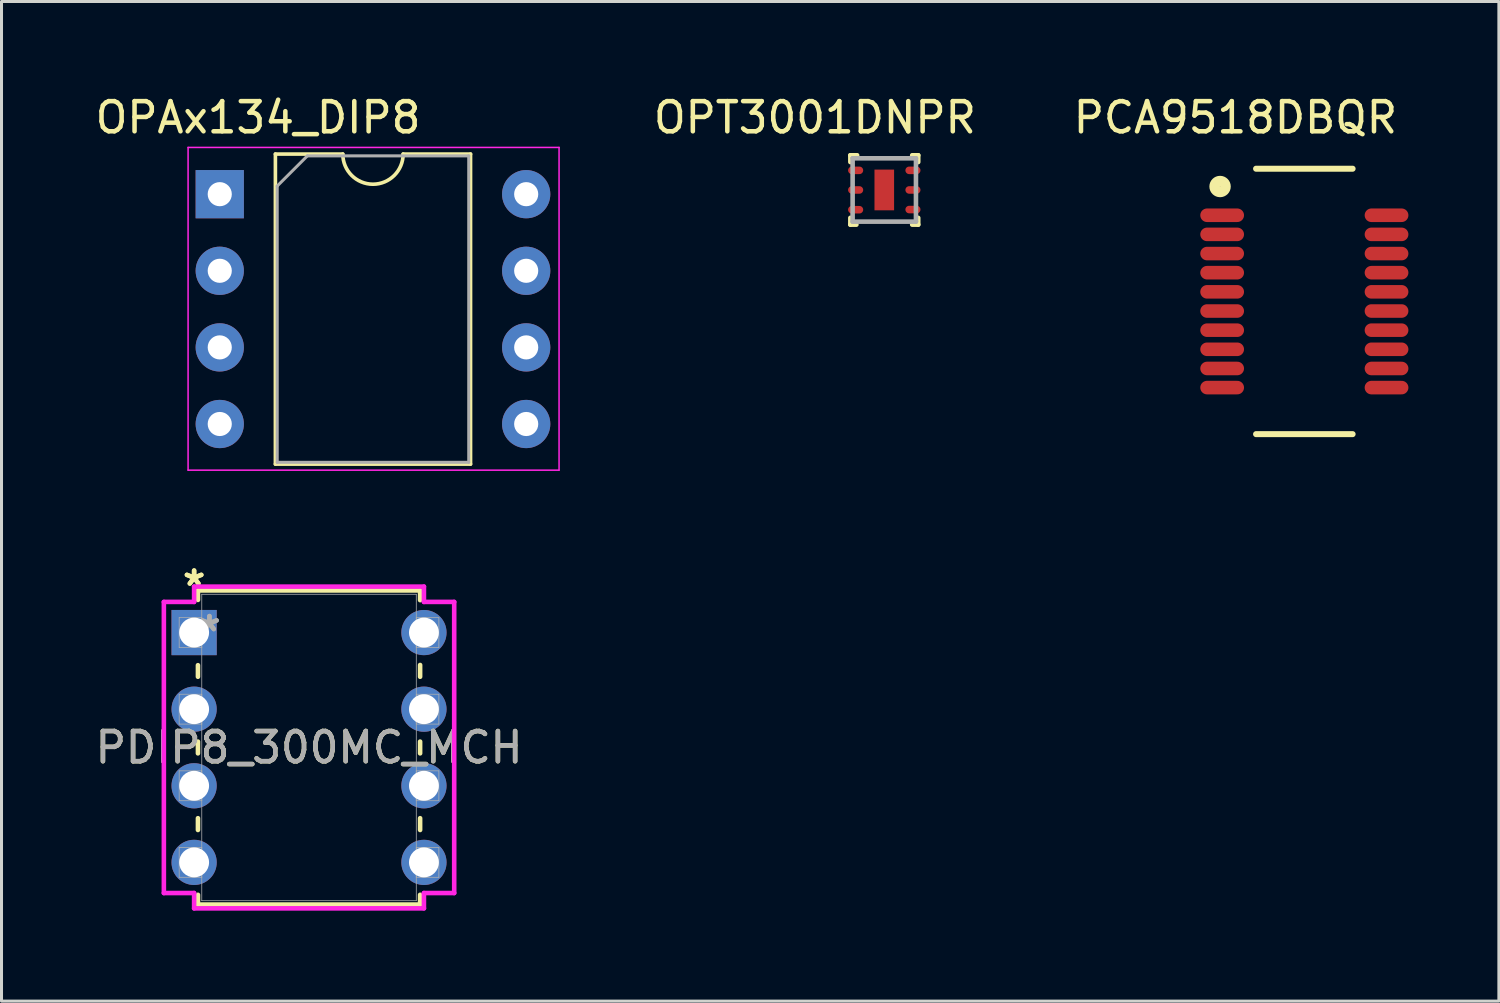
<source format=kicad_pcb>
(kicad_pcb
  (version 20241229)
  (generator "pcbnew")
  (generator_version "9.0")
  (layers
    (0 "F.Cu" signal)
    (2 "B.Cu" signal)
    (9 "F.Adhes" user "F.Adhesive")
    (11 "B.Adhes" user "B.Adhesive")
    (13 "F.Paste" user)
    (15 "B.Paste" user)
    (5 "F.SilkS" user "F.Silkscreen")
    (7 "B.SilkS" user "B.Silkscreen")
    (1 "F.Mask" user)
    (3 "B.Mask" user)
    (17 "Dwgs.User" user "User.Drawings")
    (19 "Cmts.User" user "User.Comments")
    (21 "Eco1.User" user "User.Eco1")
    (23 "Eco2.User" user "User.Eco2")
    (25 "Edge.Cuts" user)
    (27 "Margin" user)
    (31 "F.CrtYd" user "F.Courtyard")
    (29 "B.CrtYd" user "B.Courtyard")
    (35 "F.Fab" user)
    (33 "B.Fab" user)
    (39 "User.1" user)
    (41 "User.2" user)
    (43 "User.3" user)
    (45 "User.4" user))
  (footprint "PDIP8_300MC_MCH"
    (layer "F.Cu")
    (at 3.386 17.923)
    (property "Reference" "PDIP8_300MC_MCH" (at 3.81 3.81 0) (unlocked yes) (layer "F.SilkS") (effects (font (size 1 1) (thickness 0.15))))
    (attr through_hole)
    (fp_line (start 0.127 -1.397) (end 0.127 -1.082) (stroke (width 0.152) (type solid)) (layer "F.SilkS"))
    (fp_line (start 0.127 1.082) (end 0.127 1.465) (stroke (width 0.152) (type solid)) (layer "F.SilkS"))
    (fp_line (start 0.127 3.615) (end 0.127 4.005) (stroke (width 0.152) (type solid)) (layer "F.SilkS"))
    (fp_line (start 0.127 6.155) (end 0.127 6.545) (stroke (width 0.152) (type solid)) (layer "F.SilkS"))
    (fp_line (start 0.127 8.695) (end 0.127 9.017) (stroke (width 0.152) (type solid)) (layer "F.SilkS"))
    (fp_line (start 0.127 9.017) (end 7.493 9.017) (stroke (width 0.152) (type solid)) (layer "F.SilkS"))
    (fp_line (start 7.493 -1.397) (end 0.127 -1.397) (stroke (width 0.152) (type solid)) (layer "F.SilkS"))
    (fp_line (start 7.493 -1.075) (end 7.493 -1.397) (stroke (width 0.152) (type solid)) (layer "F.SilkS"))
    (fp_line (start 7.493 1.465) (end 7.493 1.075) (stroke (width 0.152) (type solid)) (layer "F.SilkS"))
    (fp_line (start 7.493 4.005) (end 7.493 3.615) (stroke (width 0.152) (type solid)) (layer "F.SilkS"))
    (fp_line (start 7.493 6.545) (end 7.493 6.155) (stroke (width 0.152) (type solid)) (layer "F.SilkS"))
    (fp_line (start 7.493 9.017) (end 7.493 8.695) (stroke (width 0.152) (type solid)) (layer "F.SilkS"))
    (fp_line (start -1.003 -1.016) (end 0 -1.016) (stroke (width 0.152) (type solid)) (layer "F.CrtYd"))
    (fp_line (start -1.003 8.636) (end -1.003 -1.016) (stroke (width 0.152) (type solid)) (layer "F.CrtYd"))
    (fp_line (start 0 -1.524) (end 7.62 -1.524) (stroke (width 0.152) (type solid)) (layer "F.CrtYd"))
    (fp_line (start 0 -1.016) (end 0 -1.524) (stroke (width 0.152) (type solid)) (layer "F.CrtYd"))
    (fp_line (start 0 8.636) (end -1.003 8.636) (stroke (width 0.152) (type solid)) (layer "F.CrtYd"))
    (fp_line (start 0 9.144) (end 0 8.636) (stroke (width 0.152) (type solid)) (layer "F.CrtYd"))
    (fp_line (start 7.62 -1.524) (end 7.62 -1.016) (stroke (width 0.152) (type solid)) (layer "F.CrtYd"))
    (fp_line (start 7.62 8.636) (end 7.62 9.144) (stroke (width 0.152) (type solid)) (layer "F.CrtYd"))
    (fp_line (start 7.62 9.144) (end 0 9.144) (stroke (width 0.152) (type solid)) (layer "F.CrtYd"))
    (fp_line (start 8.623 -1.016) (end 7.62 -1.016) (stroke (width 0.152) (type solid)) (layer "F.CrtYd"))
    (fp_line (start 8.623 -1.016) (end 8.623 8.636) (stroke (width 0.152) (type solid)) (layer "F.CrtYd"))
    (fp_line (start 8.623 8.636) (end 7.62 8.636) (stroke (width 0.152) (type solid)) (layer "F.CrtYd"))
    (fp_line (start -0.495 -0.495) (end -0.495 0.495) (stroke (width 0.025) (type solid)) (layer "F.Fab"))
    (fp_line (start -0.495 0.495) (end 0.254 0.495) (stroke (width 0.025) (type solid)) (layer "F.Fab"))
    (fp_line (start -0.495 2.045) (end -0.495 3.035) (stroke (width 0.025) (type solid)) (layer "F.Fab"))
    (fp_line (start -0.495 3.035) (end 0.254 3.035) (stroke (width 0.025) (type solid)) (layer "F.Fab"))
    (fp_line (start -0.495 4.585) (end -0.495 5.575) (stroke (width 0.025) (type solid)) (layer "F.Fab"))
    (fp_line (start -0.495 5.575) (end 0.254 5.575) (stroke (width 0.025) (type solid)) (layer "F.Fab"))
    (fp_line (start -0.495 7.125) (end -0.495 8.115) (stroke (width 0.025) (type solid)) (layer "F.Fab"))
    (fp_line (start -0.495 8.115) (end 0.254 8.115) (stroke (width 0.025) (type solid)) (layer "F.Fab"))
    (fp_line (start 0.254 -1.27) (end 0.254 8.89) (stroke (width 0.025) (type solid)) (layer "F.Fab"))
    (fp_line (start 0.254 -0.495) (end -0.495 -0.495) (stroke (width 0.025) (type solid)) (layer "F.Fab"))
    (fp_line (start 0.254 0.495) (end 0.254 -0.495) (stroke (width 0.025) (type solid)) (layer "F.Fab"))
    (fp_line (start 0.254 2.045) (end -0.495 2.045) (stroke (width 0.025) (type solid)) (layer "F.Fab"))
    (fp_line (start 0.254 3.035) (end 0.254 2.045) (stroke (width 0.025) (type solid)) (layer "F.Fab"))
    (fp_line (start 0.254 4.585) (end -0.495 4.585) (stroke (width 0.025) (type solid)) (layer "F.Fab"))
    (fp_line (start 0.254 5.575) (end 0.254 4.585) (stroke (width 0.025) (type solid)) (layer "F.Fab"))
    (fp_line (start 0.254 7.125) (end -0.495 7.125) (stroke (width 0.025) (type solid)) (layer "F.Fab"))
    (fp_line (start 0.254 8.115) (end 0.254 7.125) (stroke (width 0.025) (type solid)) (layer "F.Fab"))
    (fp_line (start 0.254 8.89) (end 7.366 8.89) (stroke (width 0.025) (type solid)) (layer "F.Fab"))
    (fp_line (start 7.366 -1.27) (end 0.254 -1.27) (stroke (width 0.025) (type solid)) (layer "F.Fab"))
    (fp_line (start 7.366 -0.495) (end 7.366 0.495) (stroke (width 0.025) (type solid)) (layer "F.Fab"))
    (fp_line (start 7.366 0.495) (end 8.115 0.495) (stroke (width 0.025) (type solid)) (layer "F.Fab"))
    (fp_line (start 7.366 2.045) (end 7.366 3.035) (stroke (width 0.025) (type solid)) (layer "F.Fab"))
    (fp_line (start 7.366 3.035) (end 8.115 3.035) (stroke (width 0.025) (type solid)) (layer "F.Fab"))
    (fp_line (start 7.366 4.585) (end 7.366 5.575) (stroke (width 0.025) (type solid)) (layer "F.Fab"))
    (fp_line (start 7.366 5.575) (end 8.115 5.575) (stroke (width 0.025) (type solid)) (layer "F.Fab"))
    (fp_line (start 7.366 7.125) (end 7.366 8.115) (stroke (width 0.025) (type solid)) (layer "F.Fab"))
    (fp_line (start 7.366 8.115) (end 8.115 8.115) (stroke (width 0.025) (type solid)) (layer "F.Fab"))
    (fp_line (start 7.366 8.89) (end 7.366 -1.27) (stroke (width 0.025) (type solid)) (layer "F.Fab"))
    (fp_line (start 8.115 -0.495) (end 7.366 -0.495) (stroke (width 0.025) (type solid)) (layer "F.Fab"))
    (fp_line (start 8.115 0.495) (end 8.115 -0.495) (stroke (width 0.025) (type solid)) (layer "F.Fab"))
    (fp_line (start 8.115 2.045) (end 7.366 2.045) (stroke (width 0.025) (type solid)) (layer "F.Fab"))
    (fp_line (start 8.115 3.035) (end 8.115 2.045) (stroke (width 0.025) (type solid)) (layer "F.Fab"))
    (fp_line (start 8.115 4.585) (end 7.366 4.585) (stroke (width 0.025) (type solid)) (layer "F.Fab"))
    (fp_line (start 8.115 5.575) (end 8.115 4.585) (stroke (width 0.025) (type solid)) (layer "F.Fab"))
    (fp_line (start 8.115 7.125) (end 7.366 7.125) (stroke (width 0.025) (type solid)) (layer "F.Fab"))
    (fp_line (start 8.115 8.115) (end 8.115 7.125) (stroke (width 0.025) (type solid)) (layer "F.Fab"))
    (fp_text user "*" (at 0 -1.511 0) (layer "F.SilkS") (effects (font (size 1 1) (thickness 0.15))))
    (fp_text user "*" (at 0 -1.511 0) (unlocked yes) (layer "F.SilkS") (effects (font (size 1 1) (thickness 0.15))))
    (fp_text user "*" (at 0.508 0 0) (layer "F.Fab") (effects (font (size 1 1) (thickness 0.15))))
    (fp_text user "${REFERENCE}" (at 3.81 3.81 0) (unlocked yes) (layer "F.Fab") (effects (font (size 1 1) (thickness 0.15))))
    (fp_text user "*" (at 0.508 0 0) (unlocked yes) (layer "F.Fab") (effects (font (size 1 1) (thickness 0.15))))
    (pad "1" thru_hole rect (at 0 0) (size 1.499 1.499) (drill 0.991) (layers "*.Cu" "*.Mask"))
    (pad "2" thru_hole circle (at 0 2.54) (size 1.499 1.499) (drill 0.991) (layers "*.Cu" "*.Mask"))
    (pad "3" thru_hole circle (at 0 5.08) (size 1.499 1.499) (drill 0.991) (layers "*.Cu" "*.Mask"))
    (pad "4" thru_hole circle (at 0 7.62) (size 1.499 1.499) (drill 0.991) (layers "*.Cu" "*.Mask"))
    (pad "5" thru_hole circle (at 7.62 7.62) (size 1.499 1.499) (drill 0.991) (layers "*.Cu" "*.Mask"))
    (pad "6" thru_hole circle (at 7.62 5.08) (size 1.499 1.499) (drill 0.991) (layers "*.Cu" "*.Mask"))
    (pad "7" thru_hole circle (at 7.62 2.54) (size 1.499 1.499) (drill 0.991) (layers "*.Cu" "*.Mask"))
    (pad "8" thru_hole circle (at 7.62 0) (size 1.499 1.499) (drill 0.991) (layers "*.Cu" "*.Mask")))
  (footprint "PCA9518DBQR"
    (layer "F.Cu")
    (at 40.196 6.944)
    (property "Reference" "PCA9518DBQR" (at -2.286 -6.096 0) (layer "F.SilkS") (effects (font (size 1 1) (thickness 0.15))))
    (attr through_hole)
    (fp_line (start -1.6 -4.4) (end 1.6 -4.4) (stroke (width 0.2) (type solid)) (layer "F.SilkS"))
    (fp_line (start -1.6 4.4) (end 1.6 4.4) (stroke (width 0.2) (type solid)) (layer "F.SilkS"))
    (fp_circle (center -2.794 -3.81) (end -2.667 -3.683) (stroke (width 0.35) (type solid)) (fill no) (layer "F.SilkS"))
    (pad "1" smd oval (at -2.725 -2.857) (size 1.45 0.45) (layers "F.Cu" "F.Mask" "F.Paste"))
    (pad "2" smd oval (at -2.725 -2.223) (size 1.45 0.45) (layers "F.Cu" "F.Mask" "F.Paste"))
    (pad "3" smd oval (at -2.725 -1.587) (size 1.45 0.45) (layers "F.Cu" "F.Mask" "F.Paste"))
    (pad "4" smd oval (at -2.725 -0.953) (size 1.45 0.45) (layers "F.Cu" "F.Mask" "F.Paste"))
    (pad "5" smd oval (at -2.725 -0.318) (size 1.45 0.45) (layers "F.Cu" "F.Mask" "F.Paste"))
    (pad "6" smd oval (at -2.725 0.318) (size 1.45 0.45) (layers "F.Cu" "F.Mask" "F.Paste"))
    (pad "7" smd oval (at -2.725 0.953) (size 1.45 0.45) (layers "F.Cu" "F.Mask" "F.Paste"))
    (pad "8" smd oval (at -2.725 1.587) (size 1.45 0.45) (layers "F.Cu" "F.Mask" "F.Paste"))
    (pad "9" smd oval (at -2.725 2.223) (size 1.45 0.45) (layers "F.Cu" "F.Mask" "F.Paste"))
    (pad "10" smd oval (at -2.725 2.857) (size 1.45 0.45) (layers "F.Cu" "F.Mask" "F.Paste"))
    (pad "11" smd oval (at 2.725 2.857) (size 1.45 0.45) (layers "F.Cu" "F.Mask" "F.Paste"))
    (pad "12" smd oval (at 2.725 2.223) (size 1.45 0.45) (layers "F.Cu" "F.Mask" "F.Paste"))
    (pad "13" smd oval (at 2.725 1.587) (size 1.45 0.45) (layers "F.Cu" "F.Mask" "F.Paste"))
    (pad "14" smd oval (at 2.725 0.953) (size 1.45 0.45) (layers "F.Cu" "F.Mask" "F.Paste"))
    (pad "15" smd oval (at 2.725 0.318) (size 1.45 0.45) (layers "F.Cu" "F.Mask" "F.Paste"))
    (pad "16" smd oval (at 2.725 -0.318) (size 1.45 0.45) (layers "F.Cu" "F.Mask" "F.Paste"))
    (pad "17" smd oval (at 2.725 -0.953) (size 1.45 0.45) (layers "F.Cu" "F.Mask" "F.Paste"))
    (pad "18" smd oval (at 2.725 -1.587) (size 1.45 0.45) (layers "F.Cu" "F.Mask" "F.Paste"))
    (pad "19" smd oval (at 2.725 -2.223) (size 1.45 0.45) (layers "F.Cu" "F.Mask" "F.Paste"))
    (pad "20" smd oval (at 2.725 -2.857) (size 1.45 0.45) (layers "F.Cu" "F.Mask" "F.Paste")))
  (footprint "OPT3001DNPR"
    (layer "F.Cu")
    (at 26.269 3.248)
    (property "Reference" "OPT3001DNPR" (at -2.3 -2.4 0) (layer "F.SilkS") (effects (font (size 1 1) (thickness 0.15))))
    (attr through_hole)
    (fp_line (start -1.125 -1.15) (end -1.125 -0.925) (stroke (width 0.152) (type solid)) (layer "F.SilkS"))
    (fp_line (start -1.125 -1.15) (end -0.9 -1.15) (stroke (width 0.152) (type solid)) (layer "F.SilkS"))
    (fp_line (start -1.125 1.15) (end -1.125 0.925) (stroke (width 0.152) (type solid)) (layer "F.SilkS"))
    (fp_line (start -1.125 1.15) (end -0.925 1.15) (stroke (width 0.152) (type solid)) (layer "F.SilkS"))
    (fp_line (start 0.925 -1.15) (end 1.125 -1.15) (stroke (width 0.152) (type solid)) (layer "F.SilkS"))
    (fp_line (start 0.925 1.15) (end 1.125 1.15) (stroke (width 0.152) (type solid)) (layer "F.SilkS"))
    (fp_line (start 1.125 -1.15) (end 1.125 -0.925) (stroke (width 0.152) (type solid)) (layer "F.SilkS"))
    (fp_line (start 1.125 1.15) (end 1.125 0.925) (stroke (width 0.152) (type solid)) (layer "F.SilkS"))
    (fp_line (start -1.05 -1.05) (end 1.05 -1.05) (stroke (width 0.152) (type solid)) (layer "F.Fab"))
    (fp_line (start -1.05 1.05) (end -1.05 -1.05) (stroke (width 0.152) (type solid)) (layer "F.Fab"))
    (fp_line (start -1.05 1.05) (end 1.05 1.05) (stroke (width 0.152) (type solid)) (layer "F.Fab"))
    (fp_line (start 1.05 1.05) (end 1.05 -1.05) (stroke (width 0.152) (type solid)) (layer "F.Fab"))
    (pad "1" smd oval (at -0.95 -0.65 90) (size 0.25 0.5) (layers "F.Cu" "F.Mask" "F.Paste"))
    (pad "2" smd oval (at -0.95 0 90) (size 0.25 0.5) (layers "F.Cu" "F.Mask" "F.Paste"))
    (pad "3" smd oval (at -0.95 0.655 90) (size 0.25 0.5) (layers "F.Cu" "F.Mask" "F.Paste"))
    (pad "4" smd oval (at 0.95 0.65 90) (size 0.25 0.5) (layers "F.Cu" "F.Mask" "F.Paste"))
    (pad "5" smd oval (at 0.95 0 90) (size 0.25 0.5) (layers "F.Cu" "F.Mask" "F.Paste"))
    (pad "6" smd oval (at 0.95 -0.65 90) (size 0.25 0.5) (layers "F.Cu" "F.Mask" "F.Paste"))
    (pad "7" smd rect (at 0 0) (size 0.65 1.35) (layers "F.Cu" "F.Mask" "F.Paste")))
  (footprint "OPAx134_DIP8"
    (layer "F.Cu")
    (at 4.236 3.388)
    (property "Reference" "OPAx134_DIP8" (at 1.27 -2.54 0) (layer "F.SilkS") (effects (font (size 1 1) (thickness 0.15))))
    (attr through_hole)
    (fp_line (start 1.845 -1.33) (end 1.845 8.95) (stroke (width 0.12) (type solid)) (layer "F.SilkS"))
    (fp_line (start 1.845 8.95) (end 8.315 8.95) (stroke (width 0.12) (type solid)) (layer "F.SilkS"))
    (fp_line (start 4.08 -1.33) (end 1.845 -1.33) (stroke (width 0.12) (type solid)) (layer "F.SilkS"))
    (fp_line (start 8.315 -1.33) (end 6.08 -1.33) (stroke (width 0.12) (type solid)) (layer "F.SilkS"))
    (fp_line (start 8.315 8.95) (end 8.315 -1.33) (stroke (width 0.12) (type solid)) (layer "F.SilkS"))
    (fp_arc (start 6.08 -1.33) (mid 5.08 -0.33) (end 4.08 -1.33) (stroke (width 0.12) (type solid)) (layer "F.SilkS"))
    (fp_line (start -1.05 -1.55) (end -1.05 9.15) (stroke (width 0.05) (type solid)) (layer "F.CrtYd"))
    (fp_line (start -1.05 9.15) (end 11.25 9.15) (stroke (width 0.05) (type solid)) (layer "F.CrtYd"))
    (fp_line (start 11.25 -1.55) (end -1.05 -1.55) (stroke (width 0.05) (type solid)) (layer "F.CrtYd"))
    (fp_line (start 11.25 9.15) (end 11.25 -1.55) (stroke (width 0.05) (type solid)) (layer "F.CrtYd"))
    (fp_line (start 1.905 -0.27) (end 2.905 -1.27) (stroke (width 0.1) (type solid)) (layer "F.Fab"))
    (fp_line (start 1.905 8.89) (end 1.905 -0.27) (stroke (width 0.1) (type solid)) (layer "F.Fab"))
    (fp_line (start 2.905 -1.27) (end 8.255 -1.27) (stroke (width 0.1) (type solid)) (layer "F.Fab"))
    (fp_line (start 8.255 -1.27) (end 8.255 8.89) (stroke (width 0.1) (type solid)) (layer "F.Fab"))
    (fp_line (start 8.255 8.89) (end 1.905 8.89) (stroke (width 0.1) (type solid)) (layer "F.Fab"))
    (pad "1" thru_hole rect (at 0 0) (size 1.6 1.6) (drill 0.8) (layers "*.Cu" "*.Mask"))
    (pad "2" thru_hole oval (at 0 2.54) (size 1.6 1.6) (drill 0.8) (layers "*.Cu" "*.Mask"))
    (pad "3" thru_hole oval (at 0 5.08) (size 1.6 1.6) (drill 0.8) (layers "*.Cu" "*.Mask"))
    (pad "4" thru_hole oval (at 0 7.62) (size 1.6 1.6) (drill 0.8) (layers "*.Cu" "*.Mask"))
    (pad "5" thru_hole oval (at 10.16 7.62) (size 1.6 1.6) (drill 0.8) (layers "*.Cu" "*.Mask"))
    (pad "6" thru_hole oval (at 10.16 5.08) (size 1.6 1.6) (drill 0.8) (layers "*.Cu" "*.Mask"))
    (pad "7" thru_hole oval (at 10.16 2.54) (size 1.6 1.6) (drill 0.8) (layers "*.Cu" "*.Mask"))
    (pad "8" thru_hole oval (at 10.16 0) (size 1.6 1.6) (drill 0.8) (layers "*.Cu" "*.Mask")))
  (gr_rect
    (start -3 -3)
    (end 46.646 30.143)
    (stroke (width 0.1) (type default))
    (fill no)
    (layer "Edge.Cuts")))
</source>
